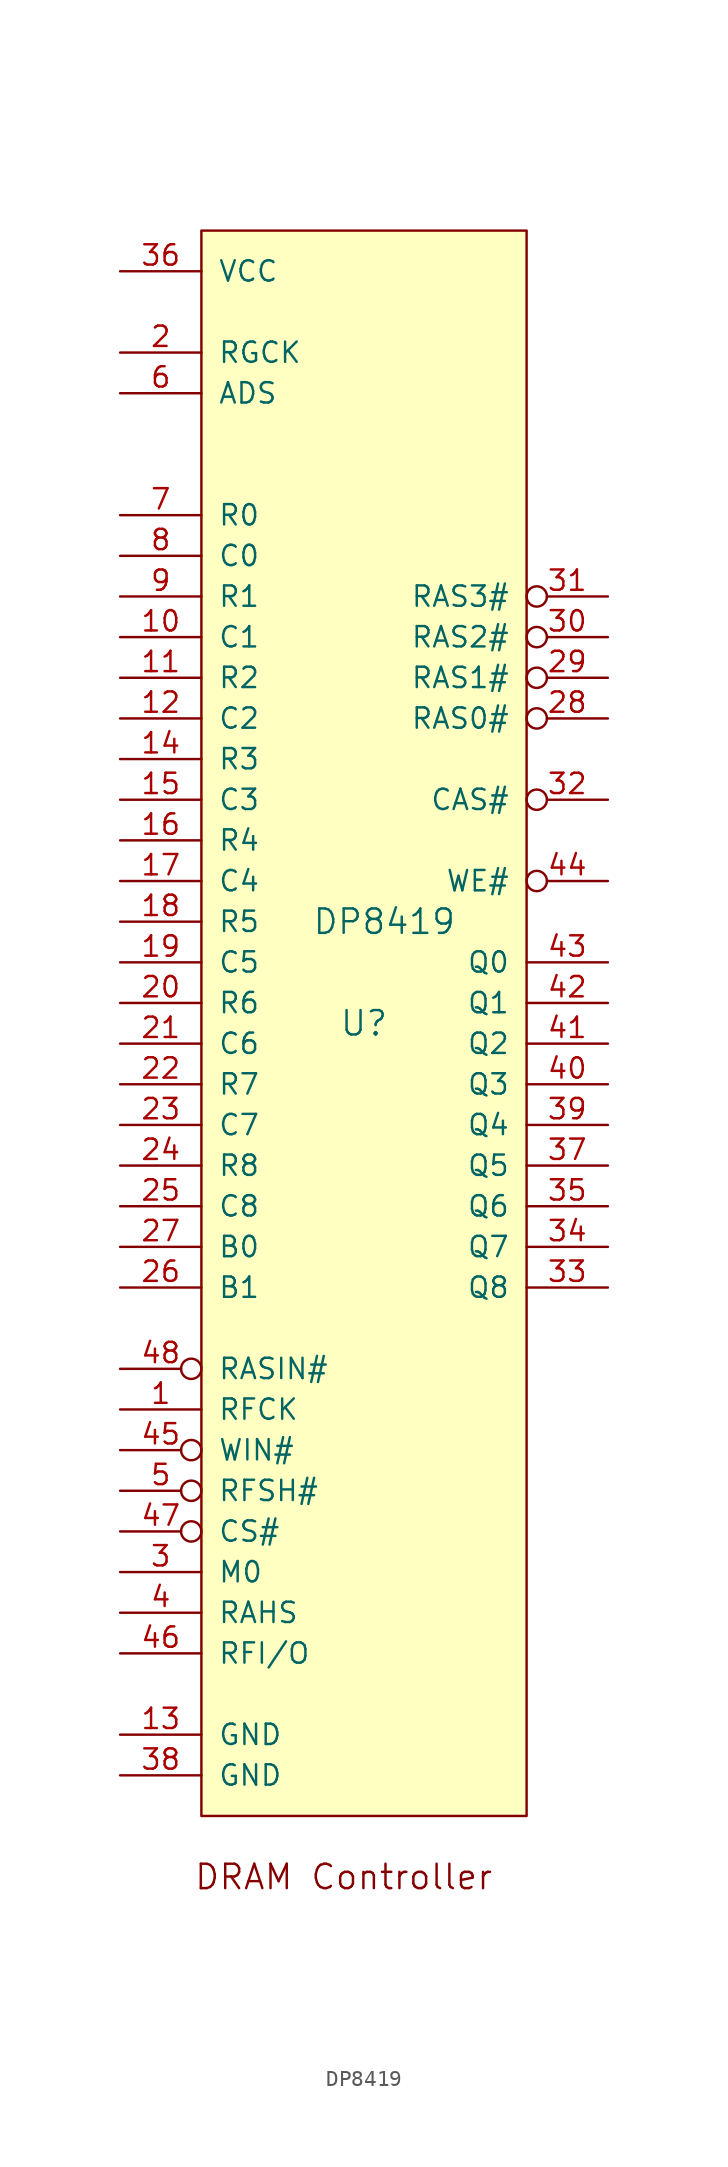
<source format=kicad_sym>
(kicad_symbol_lib
  (version 20211014)
  (generator kicad_symbol_editor)
  (symbol "DP8419"
    (pin_names
      (offset 1.016))
    (property "Reference" "U"
      (at 0 0 0)
      (effects (font (size 1.524 1.524))))
    (property "Value" "DP8419"
      (at 1.27 6.35 0)
      (effects (font (size 1.524 1.524))))
    (symbol "DP8419_0_0"
      (text "DRAM Controller" (at -1.27 -53.34 0) (effects (font (size 1.524 1.524)))))
    (symbol "DP8419_0_1"
      (rectangle (start -10.16 49.53) (end 10.16 -49.53) (stroke (width 0) (type default) (color 0 0 0 0)) (fill (type background))))
    (symbol "DP8419_1_1"
      (pin input line (at -15.24 -24.13 0) (length 5.08) (name "RFCK" (effects (font (size 1.27 1.27)))) (number "1" (effects (font (size 1.27 1.27)))))
      (pin input line (at -15.24 24.13 0) (length 5.08) (name "C1" (effects (font (size 1.27 1.27)))) (number "10" (effects (font (size 1.27 1.27)))))
      (pin input line (at -15.24 21.59 0) (length 5.08) (name "R2" (effects (font (size 1.27 1.27)))) (number "11" (effects (font (size 1.27 1.27)))))
      (pin input line (at -15.24 19.05 0) (length 5.08) (name "C2" (effects (font (size 1.27 1.27)))) (number "12" (effects (font (size 1.27 1.27)))))
      (pin input line (at -15.24 -44.45 0) (length 5.08) (name "GND" (effects (font (size 1.27 1.27)))) (number "13" (effects (font (size 1.27 1.27)))))
      (pin input line (at -15.24 16.51 0) (length 5.08) (name "R3" (effects (font (size 1.27 1.27)))) (number "14" (effects (font (size 1.27 1.27)))))
      (pin input line (at -15.24 13.97 0) (length 5.08) (name "C3" (effects (font (size 1.27 1.27)))) (number "15" (effects (font (size 1.27 1.27)))))
      (pin input line (at -15.24 11.43 0) (length 5.08) (name "R4" (effects (font (size 1.27 1.27)))) (number "16" (effects (font (size 1.27 1.27)))))
      (pin input line (at -15.24 8.89 0) (length 5.08) (name "C4" (effects (font (size 1.27 1.27)))) (number "17" (effects (font (size 1.27 1.27)))))
      (pin input line (at -15.24 6.35 0) (length 5.08) (name "R5" (effects (font (size 1.27 1.27)))) (number "18" (effects (font (size 1.27 1.27)))))
      (pin input line (at -15.24 3.81 0) (length 5.08) (name "C5" (effects (font (size 1.27 1.27)))) (number "19" (effects (font (size 1.27 1.27)))))
      (pin input line (at -15.24 41.91 0) (length 5.08) (name "RGCK" (effects (font (size 1.27 1.27)))) (number "2" (effects (font (size 1.27 1.27)))))
      (pin input line (at -15.24 1.27 0) (length 5.08) (name "R6" (effects (font (size 1.27 1.27)))) (number "20" (effects (font (size 1.27 1.27)))))
      (pin input line (at -15.24 -1.27 0) (length 5.08) (name "C6" (effects (font (size 1.27 1.27)))) (number "21" (effects (font (size 1.27 1.27)))))
      (pin input line (at -15.24 -3.81 0) (length 5.08) (name "R7" (effects (font (size 1.27 1.27)))) (number "22" (effects (font (size 1.27 1.27)))))
      (pin input line (at -15.24 -6.35 0) (length 5.08) (name "C7" (effects (font (size 1.27 1.27)))) (number "23" (effects (font (size 1.27 1.27)))))
      (pin input line (at -15.24 -8.89 0) (length 5.08) (name "R8" (effects (font (size 1.27 1.27)))) (number "24" (effects (font (size 1.27 1.27)))))
      (pin input line (at -15.24 -11.43 0) (length 5.08) (name "C8" (effects (font (size 1.27 1.27)))) (number "25" (effects (font (size 1.27 1.27)))))
      (pin input line (at -15.24 -16.51 0) (length 5.08) (name "B1" (effects (font (size 1.27 1.27)))) (number "26" (effects (font (size 1.27 1.27)))))
      (pin input line (at -15.24 -13.97 0) (length 5.08) (name "B0" (effects (font (size 1.27 1.27)))) (number "27" (effects (font (size 1.27 1.27)))))
      (pin output inverted (at 15.24 19.05 180) (length 5.08) (name "RAS0#" (effects (font (size 1.27 1.27)))) (number "28" (effects (font (size 1.27 1.27)))))
      (pin output inverted (at 15.24 21.59 180) (length 5.08) (name "RAS1#" (effects (font (size 1.27 1.27)))) (number "29" (effects (font (size 1.27 1.27)))))
      (pin input line (at -15.24 -34.29 0) (length 5.08) (name "M0" (effects (font (size 1.27 1.27)))) (number "3" (effects (font (size 1.27 1.27)))))
      (pin output inverted (at 15.24 24.13 180) (length 5.08) (name "RAS2#" (effects (font (size 1.27 1.27)))) (number "30" (effects (font (size 1.27 1.27)))))
      (pin output inverted (at 15.24 26.67 180) (length 5.08) (name "RAS3#" (effects (font (size 1.27 1.27)))) (number "31" (effects (font (size 1.27 1.27)))))
      (pin output inverted (at 15.24 13.97 180) (length 5.08) (name "CAS#" (effects (font (size 1.27 1.27)))) (number "32" (effects (font (size 1.27 1.27)))))
      (pin output line (at 15.24 -16.51 180) (length 5.08) (name "Q8" (effects (font (size 1.27 1.27)))) (number "33" (effects (font (size 1.27 1.27)))))
      (pin output line (at 15.24 -13.97 180) (length 5.08) (name "Q7" (effects (font (size 1.27 1.27)))) (number "34" (effects (font (size 1.27 1.27)))))
      (pin output line (at 15.24 -11.43 180) (length 5.08) (name "Q6" (effects (font (size 1.27 1.27)))) (number "35" (effects (font (size 1.27 1.27)))))
      (pin input line (at -15.24 46.99 0) (length 5.08) (name "VCC" (effects (font (size 1.27 1.27)))) (number "36" (effects (font (size 1.27 1.27)))))
      (pin output line (at 15.24 -8.89 180) (length 5.08) (name "Q5" (effects (font (size 1.27 1.27)))) (number "37" (effects (font (size 1.27 1.27)))))
      (pin input line (at -15.24 -46.99 0) (length 5.08) (name "GND" (effects (font (size 1.27 1.27)))) (number "38" (effects (font (size 1.27 1.27)))))
      (pin output line (at 15.24 -6.35 180) (length 5.08) (name "Q4" (effects (font (size 1.27 1.27)))) (number "39" (effects (font (size 1.27 1.27)))))
      (pin input line (at -15.24 -36.83 0) (length 5.08) (name "RAHS" (effects (font (size 1.27 1.27)))) (number "4" (effects (font (size 1.27 1.27)))))
      (pin output line (at 15.24 -3.81 180) (length 5.08) (name "Q3" (effects (font (size 1.27 1.27)))) (number "40" (effects (font (size 1.27 1.27)))))
      (pin output line (at 15.24 -1.27 180) (length 5.08) (name "Q2" (effects (font (size 1.27 1.27)))) (number "41" (effects (font (size 1.27 1.27)))))
      (pin output line (at 15.24 1.27 180) (length 5.08) (name "Q1" (effects (font (size 1.27 1.27)))) (number "42" (effects (font (size 1.27 1.27)))))
      (pin output line (at 15.24 3.81 180) (length 5.08) (name "Q0" (effects (font (size 1.27 1.27)))) (number "43" (effects (font (size 1.27 1.27)))))
      (pin output inverted (at 15.24 8.89 180) (length 5.08) (name "WE#" (effects (font (size 1.27 1.27)))) (number "44" (effects (font (size 1.27 1.27)))))
      (pin input inverted (at -15.24 -26.67 0) (length 5.08) (name "WIN#" (effects (font (size 1.27 1.27)))) (number "45" (effects (font (size 1.27 1.27)))))
      (pin bidirectional line (at -15.24 -39.37 0) (length 5.08) (name "RFI/O" (effects (font (size 1.27 1.27)))) (number "46" (effects (font (size 1.27 1.27)))))
      (pin input inverted (at -15.24 -31.75 0) (length 5.08) (name "CS#" (effects (font (size 1.27 1.27)))) (number "47" (effects (font (size 1.27 1.27)))))
      (pin input inverted (at -15.24 -21.59 0) (length 5.08) (name "RASIN#" (effects (font (size 1.27 1.27)))) (number "48" (effects (font (size 1.27 1.27)))))
      (pin input inverted (at -15.24 -29.21 0) (length 5.08) (name "RFSH#" (effects (font (size 1.27 1.27)))) (number "5" (effects (font (size 1.27 1.27)))))
      (pin input line (at -15.24 39.37 0) (length 5.08) (name "ADS" (effects (font (size 1.27 1.27)))) (number "6" (effects (font (size 1.27 1.27)))))
      (pin input line (at -15.24 31.75 0) (length 5.08) (name "R0" (effects (font (size 1.27 1.27)))) (number "7" (effects (font (size 1.27 1.27)))))
      (pin input line (at -15.24 29.21 0) (length 5.08) (name "C0" (effects (font (size 1.27 1.27)))) (number "8" (effects (font (size 1.27 1.27)))))
      (pin input line (at -15.24 26.67 0) (length 5.08) (name "R1" (effects (font (size 1.27 1.27)))) (number "9" (effects (font (size 1.27 1.27))))))))
</source>
